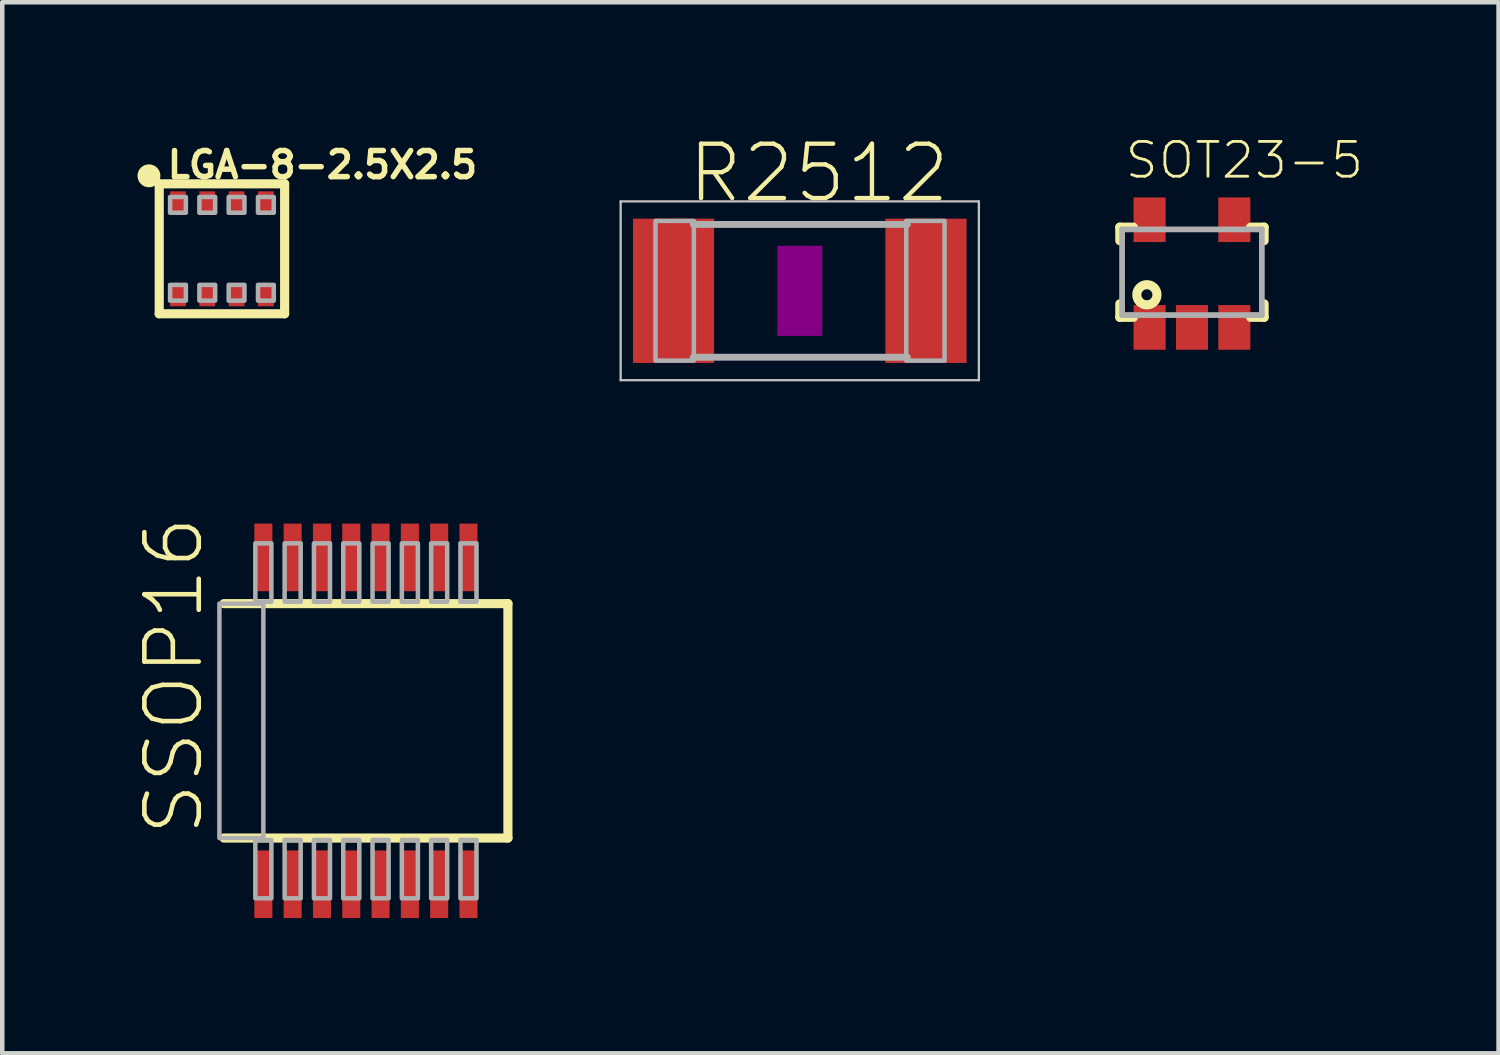
<source format=kicad_pcb>
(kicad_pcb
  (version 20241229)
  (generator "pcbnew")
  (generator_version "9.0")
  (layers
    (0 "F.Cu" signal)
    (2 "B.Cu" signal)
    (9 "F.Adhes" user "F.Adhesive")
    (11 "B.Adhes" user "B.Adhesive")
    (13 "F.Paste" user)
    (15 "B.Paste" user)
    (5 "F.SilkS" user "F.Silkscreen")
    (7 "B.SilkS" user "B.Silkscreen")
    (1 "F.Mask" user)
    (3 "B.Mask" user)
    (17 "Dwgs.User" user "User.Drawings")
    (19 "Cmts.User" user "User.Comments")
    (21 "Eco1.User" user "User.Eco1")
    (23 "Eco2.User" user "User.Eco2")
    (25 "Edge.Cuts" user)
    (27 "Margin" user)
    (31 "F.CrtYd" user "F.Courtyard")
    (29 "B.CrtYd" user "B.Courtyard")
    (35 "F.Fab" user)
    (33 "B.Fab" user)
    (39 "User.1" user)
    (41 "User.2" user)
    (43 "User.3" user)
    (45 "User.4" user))
  (footprint "R2512"
    (layer "F.Cu")
    (at 14.691 3.401)
    (property "Reference" "R2512" (at -2.54 -1.905 0) (layer "F.SilkS") (effects (font (size 1.206 1.206) (thickness 0.097)) (justify left bottom)))
    (attr through_hole)
    (fp_poly (pts (xy -0.5 1) (xy 0.5 1) (xy 0.5 -1) (xy -0.5 -1)) (stroke (width 0) (type solid)) (fill yes) (layer "F.Adhes"))
    (fp_line (start -3.973 -1.983) (end 3.973 -1.983) (stroke (width 0.051) (type solid)) (layer "Dwgs.User"))
    (fp_line (start -3.973 1.983) (end -3.973 -1.983) (stroke (width 0.051) (type solid)) (layer "Dwgs.User"))
    (fp_line (start 3.973 -1.983) (end 3.973 1.983) (stroke (width 0.051) (type solid)) (layer "Dwgs.User"))
    (fp_line (start 3.973 1.983) (end -3.973 1.983) (stroke (width 0.051) (type solid)) (layer "Dwgs.User"))
    (fp_line (start -2.362 -1.473) (end 2.387 -1.473) (stroke (width 0.152) (type solid)) (layer "F.Fab"))
    (fp_line (start -2.362 1.473) (end 2.387 1.473) (stroke (width 0.152) (type solid)) (layer "F.Fab"))
    (fp_poly (pts (xy -3.2 1.549) (xy -2.35 1.549) (xy -2.35 -1.551) (xy -3.2 -1.551)) (stroke (width 0.1) (type solid)) (fill no) (layer "F.Fab"))
    (fp_poly (pts (xy 2.362 1.549) (xy 3.212 1.549) (xy 3.212 -1.551) (xy 2.362 -1.551)) (stroke (width 0.1) (type solid)) (fill no) (layer "F.Fab"))
    (pad "1" smd rect (at -2.8 0) (size 1.8 3.2) (layers "F.Cu" "F.Mask" "F.Paste"))
    (pad "2" smd rect (at 2.8 0) (size 1.8 3.2) (layers "F.Cu" "F.Mask" "F.Paste")))
  (footprint "LGA-8-2.5X2.5"
    (layer "F.Cu")
    (at 1.873 2.469)
    (property "Reference" "LGA-8-2.5X2.5" (at -1.27 -1.524 0) (layer "F.SilkS") (effects (font (size 0.579 0.579) (thickness 0.122)) (justify left bottom)))
    (attr through_hole)
    (fp_line (start -1.391 -1.441) (end 1.391 -1.441) (stroke (width 0.203) (type solid)) (layer "F.SilkS"))
    (fp_line (start -1.391 1.441) (end -1.391 -1.441) (stroke (width 0.203) (type solid)) (layer "F.SilkS"))
    (fp_line (start 1.391 -1.441) (end 1.391 1.441) (stroke (width 0.203) (type solid)) (layer "F.SilkS"))
    (fp_line (start 1.391 1.441) (end -1.391 1.441) (stroke (width 0.203) (type solid)) (layer "F.SilkS"))
    (fp_circle (center -1.619 -1.619) (end -1.492 -1.619) (stroke (width 0.254) (type solid)) (fill no) (layer "F.SilkS"))
    (fp_line (start -1.25 -1.25) (end -1.25 1.25) (stroke (width 0.001) (type solid)) (layer "F.Fab"))
    (fp_line (start -1.25 1.25) (end 1.25 1.25) (stroke (width 0.001) (type solid)) (layer "F.Fab"))
    (fp_line (start 1.25 -1.25) (end -1.25 -1.25) (stroke (width 0.001) (type solid)) (layer "F.Fab"))
    (fp_line (start 1.25 1.25) (end 1.25 -1.25) (stroke (width 0.001) (type solid)) (layer "F.Fab"))
    (fp_poly (pts (xy -1.15 -0.8) (xy -0.8 -0.8) (xy -0.8 -1.15) (xy -1.15 -1.15)) (stroke (width 0.1) (type solid)) (fill no) (layer "F.Fab"))
    (fp_poly (pts (xy -0.8 0.8) (xy -1.15 0.8) (xy -1.15 1.15) (xy -0.8 1.15)) (stroke (width 0.1) (type solid)) (fill no) (layer "F.Fab"))
    (fp_poly (pts (xy -0.5 -0.8) (xy -0.15 -0.8) (xy -0.15 -1.15) (xy -0.5 -1.15)) (stroke (width 0.1) (type solid)) (fill no) (layer "F.Fab"))
    (fp_poly (pts (xy -0.15 0.8) (xy -0.5 0.8) (xy -0.5 1.15) (xy -0.15 1.15)) (stroke (width 0.1) (type solid)) (fill no) (layer "F.Fab"))
    (fp_poly (pts (xy 0.15 -0.8) (xy 0.5 -0.8) (xy 0.5 -1.15) (xy 0.15 -1.15)) (stroke (width 0.1) (type solid)) (fill no) (layer "F.Fab"))
    (fp_poly (pts (xy 0.5 0.8) (xy 0.15 0.8) (xy 0.15 1.15) (xy 0.5 1.15)) (stroke (width 0.1) (type solid)) (fill no) (layer "F.Fab"))
    (fp_poly (pts (xy 0.8 -0.8) (xy 1.15 -0.8) (xy 1.15 -1.15) (xy 0.8 -1.15)) (stroke (width 0.1) (type solid)) (fill no) (layer "F.Fab"))
    (fp_poly (pts (xy 1.15 0.8) (xy 0.8 0.8) (xy 0.8 1.15) (xy 1.15 1.15)) (stroke (width 0.1) (type solid)) (fill no) (layer "F.Fab"))
    (pad "1" smd rect (at -0.975 -1.025 90) (size 0.5 0.35) (layers "F.Cu" "F.Mask" "F.Paste"))
    (pad "2" smd rect (at -0.325 -1.025 90) (size 0.5 0.35) (layers "F.Cu" "F.Mask" "F.Paste"))
    (pad "3" smd rect (at 0.325 -1.025 90) (size 0.5 0.35) (layers "F.Cu" "F.Mask" "F.Paste"))
    (pad "4" smd rect (at 0.975 -1.025 90) (size 0.5 0.35) (layers "F.Cu" "F.Mask" "F.Paste"))
    (pad "5" smd rect (at 0.975 1.025 90) (size 0.5 0.35) (layers "F.Cu" "F.Mask" "F.Paste"))
    (pad "6" smd rect (at 0.325 1.025 90) (size 0.5 0.35) (layers "F.Cu" "F.Mask" "F.Paste"))
    (pad "7" smd rect (at -0.325 1.025 90) (size 0.5 0.35) (layers "F.Cu" "F.Mask" "F.Paste"))
    (pad "8" smd rect (at -0.975 1.025 90) (size 0.5 0.35) (layers "F.Cu" "F.Mask" "F.Paste")))
  (footprint "SSOP16"
    (layer "F.Cu")
    (at 5.067 12.94)
    (property "Reference" "SSOP16" (at -3.556 2.6 90) (layer "F.SilkS") (effects (font (size 1.206 1.206) (thickness 0.102)) (justify left bottom)))
    (attr through_hole)
    (fp_line (start -3.15 2.6) (end 3.15 2.6) (stroke (width 0.203) (type solid)) (layer "F.SilkS"))
    (fp_line (start 3.15 -2.6) (end -3.15 -2.6) (stroke (width 0.203) (type solid)) (layer "F.SilkS"))
    (fp_line (start 3.15 2.6) (end 3.15 -2.6) (stroke (width 0.203) (type solid)) (layer "F.SilkS"))
    (fp_poly (pts (xy -3.25 2.6) (xy -2.275 2.6) (xy -2.275 -2.6) (xy -3.25 -2.6)) (stroke (width 0.1) (type solid)) (fill no) (layer "F.Fab"))
    (fp_poly (pts (xy -2.453 3.937) (xy -2.097 3.937) (xy -2.097 2.642) (xy -2.453 2.642)) (stroke (width 0.1) (type solid)) (fill no) (layer "F.Fab"))
    (fp_poly (pts (xy -2.453 -2.642) (xy -2.097 -2.642) (xy -2.097 -3.937) (xy -2.453 -3.937)) (stroke (width 0.1) (type solid)) (fill no) (layer "F.Fab"))
    (fp_poly (pts (xy -1.803 3.937) (xy -1.447 3.937) (xy -1.447 2.642) (xy -1.803 2.642)) (stroke (width 0.1) (type solid)) (fill no) (layer "F.Fab"))
    (fp_poly (pts (xy -1.803 -2.642) (xy -1.447 -2.642) (xy -1.447 -3.937) (xy -1.803 -3.937)) (stroke (width 0.1) (type solid)) (fill no) (layer "F.Fab"))
    (fp_poly (pts (xy -1.153 3.937) (xy -0.797 3.937) (xy -0.797 2.642) (xy -1.153 2.642)) (stroke (width 0.1) (type solid)) (fill no) (layer "F.Fab"))
    (fp_poly (pts (xy -1.153 -2.642) (xy -0.797 -2.642) (xy -0.797 -3.937) (xy -1.153 -3.937)) (stroke (width 0.1) (type solid)) (fill no) (layer "F.Fab"))
    (fp_poly (pts (xy -0.503 -2.642) (xy -0.147 -2.642) (xy -0.147 -3.937) (xy -0.503 -3.937)) (stroke (width 0.1) (type solid)) (fill no) (layer "F.Fab"))
    (fp_poly (pts (xy -0.503 3.937) (xy -0.147 3.937) (xy -0.147 2.642) (xy -0.503 2.642)) (stroke (width 0.1) (type solid)) (fill no) (layer "F.Fab"))
    (fp_poly (pts (xy 0.147 -2.642) (xy 0.503 -2.642) (xy 0.503 -3.937) (xy 0.147 -3.937)) (stroke (width 0.1) (type solid)) (fill no) (layer "F.Fab"))
    (fp_poly (pts (xy 0.147 3.937) (xy 0.503 3.937) (xy 0.503 2.642) (xy 0.147 2.642)) (stroke (width 0.1) (type solid)) (fill no) (layer "F.Fab"))
    (fp_poly (pts (xy 0.797 -2.642) (xy 1.153 -2.642) (xy 1.153 -3.937) (xy 0.797 -3.937)) (stroke (width 0.1) (type solid)) (fill no) (layer "F.Fab"))
    (fp_poly (pts (xy 0.797 3.937) (xy 1.153 3.937) (xy 1.153 2.642) (xy 0.797 2.642)) (stroke (width 0.1) (type solid)) (fill no) (layer "F.Fab"))
    (fp_poly (pts (xy 1.447 -2.642) (xy 1.803 -2.642) (xy 1.803 -3.937) (xy 1.447 -3.937)) (stroke (width 0.1) (type solid)) (fill no) (layer "F.Fab"))
    (fp_poly (pts (xy 1.447 3.937) (xy 1.803 3.937) (xy 1.803 2.642) (xy 1.447 2.642)) (stroke (width 0.1) (type solid)) (fill no) (layer "F.Fab"))
    (fp_poly (pts (xy 2.097 -2.642) (xy 2.453 -2.642) (xy 2.453 -3.937) (xy 2.097 -3.937)) (stroke (width 0.1) (type solid)) (fill no) (layer "F.Fab"))
    (fp_poly (pts (xy 2.097 3.937) (xy 2.453 3.937) (xy 2.453 2.642) (xy 2.097 2.642)) (stroke (width 0.1) (type solid)) (fill no) (layer "F.Fab"))
    (pad "1" smd rect (at -2.275 3.625) (size 0.4 1.5) (layers "F.Cu" "F.Mask" "F.Paste"))
    (pad "2" smd rect (at -1.625 3.625) (size 0.4 1.5) (layers "F.Cu" "F.Mask" "F.Paste"))
    (pad "3" smd rect (at -0.975 3.625) (size 0.4 1.5) (layers "F.Cu" "F.Mask" "F.Paste"))
    (pad "4" smd rect (at -0.325 3.625) (size 0.4 1.5) (layers "F.Cu" "F.Mask" "F.Paste"))
    (pad "5" smd rect (at 0.325 3.625) (size 0.4 1.5) (layers "F.Cu" "F.Mask" "F.Paste"))
    (pad "6" smd rect (at 0.975 3.625) (size 0.4 1.5) (layers "F.Cu" "F.Mask" "F.Paste"))
    (pad "7" smd rect (at 1.625 3.625) (size 0.4 1.5) (layers "F.Cu" "F.Mask" "F.Paste"))
    (pad "8" smd rect (at 2.275 3.625) (size 0.4 1.5) (layers "F.Cu" "F.Mask" "F.Paste"))
    (pad "9" smd rect (at 2.275 -3.625) (size 0.4 1.5) (layers "F.Cu" "F.Mask" "F.Paste"))
    (pad "10" smd rect (at 1.625 -3.625) (size 0.4 1.5) (layers "F.Cu" "F.Mask" "F.Paste"))
    (pad "11" smd rect (at 0.975 -3.625) (size 0.4 1.5) (layers "F.Cu" "F.Mask" "F.Paste"))
    (pad "12" smd rect (at 0.325 -3.625) (size 0.4 1.5) (layers "F.Cu" "F.Mask" "F.Paste"))
    (pad "13" smd rect (at -0.325 -3.625) (size 0.4 1.5) (layers "F.Cu" "F.Mask" "F.Paste"))
    (pad "14" smd rect (at -0.975 -3.625) (size 0.4 1.5) (layers "F.Cu" "F.Mask" "F.Paste"))
    (pad "15" smd rect (at -1.625 -3.625) (size 0.4 1.5) (layers "F.Cu" "F.Mask" "F.Paste"))
    (pad "16" smd rect (at -2.275 -3.625) (size 0.4 1.5) (layers "F.Cu" "F.Mask" "F.Paste")))
  (footprint "SOT23-5"
    (layer "F.Cu")
    (at 23.137 3.243)
    (property "Reference" "SOT23-5" (at -1.27 -2.286 0) (layer "F.SilkS") (effects (font (size 0.772 0.772) (thickness 0.062)) (justify left bottom)))
    (attr through_hole)
    (fp_line (start -1.346 -1.254) (end -1.346 -0.954) (stroke (width 0.203) (type solid)) (layer "F.SilkS"))
    (fp_line (start -1.346 0.446) (end -1.346 0.746) (stroke (width 0.203) (type solid)) (layer "F.SilkS"))
    (fp_line (start -1.346 0.746) (end -1.046 0.746) (stroke (width 0.203) (type solid)) (layer "F.SilkS"))
    (fp_line (start -1.046 -1.254) (end -1.346 -1.254) (stroke (width 0.203) (type solid)) (layer "F.SilkS"))
    (fp_line (start 1.554 -1.254) (end 1.854 -1.254) (stroke (width 0.203) (type solid)) (layer "F.SilkS"))
    (fp_line (start 1.854 -1.254) (end 1.854 -0.954) (stroke (width 0.203) (type solid)) (layer "F.SilkS"))
    (fp_line (start 1.854 0.446) (end 1.854 0.746) (stroke (width 0.203) (type solid)) (layer "F.SilkS"))
    (fp_line (start 1.854 0.746) (end 1.554 0.746) (stroke (width 0.203) (type solid)) (layer "F.SilkS"))
    (fp_circle (center -0.746 0.246) (end -0.522 0.246) (stroke (width 0.203) (type solid)) (fill no) (layer "F.SilkS"))
    (fp_line (start -1.296 -1.204) (end -1.296 0.696) (stroke (width 0.127) (type solid)) (layer "F.Fab"))
    (fp_line (start -1.296 0.696) (end 1.804 0.696) (stroke (width 0.127) (type solid)) (layer "F.Fab"))
    (fp_line (start 1.804 -1.204) (end -1.296 -1.204) (stroke (width 0.127) (type solid)) (layer "F.Fab"))
    (fp_line (start 1.804 0.696) (end 1.804 -1.204) (stroke (width 0.127) (type solid)) (layer "F.Fab"))
    (pad "1" smd rect (at -0.686 0.97 90) (size 0.991 0.711) (layers "F.Cu" "F.Mask" "F.Paste"))
    (pad "2" smd rect (at 0.254 0.97 90) (size 0.991 0.711) (layers "F.Cu" "F.Mask" "F.Paste"))
    (pad "3" smd rect (at 1.194 0.97 90) (size 0.991 0.711) (layers "F.Cu" "F.Mask" "F.Paste"))
    (pad "4" smd rect (at 1.194 -1.418 90) (size 0.991 0.711) (layers "F.Cu" "F.Mask" "F.Paste"))
    (pad "5" smd rect (at -0.686 -1.418 90) (size 0.991 0.711) (layers "F.Cu" "F.Mask" "F.Paste")))
  (gr_rect
    (start -3 -3)
    (end 30.192 20.315)
    (stroke (width 0.1) (type default))
    (fill no)
    (layer "Edge.Cuts")))
</source>
